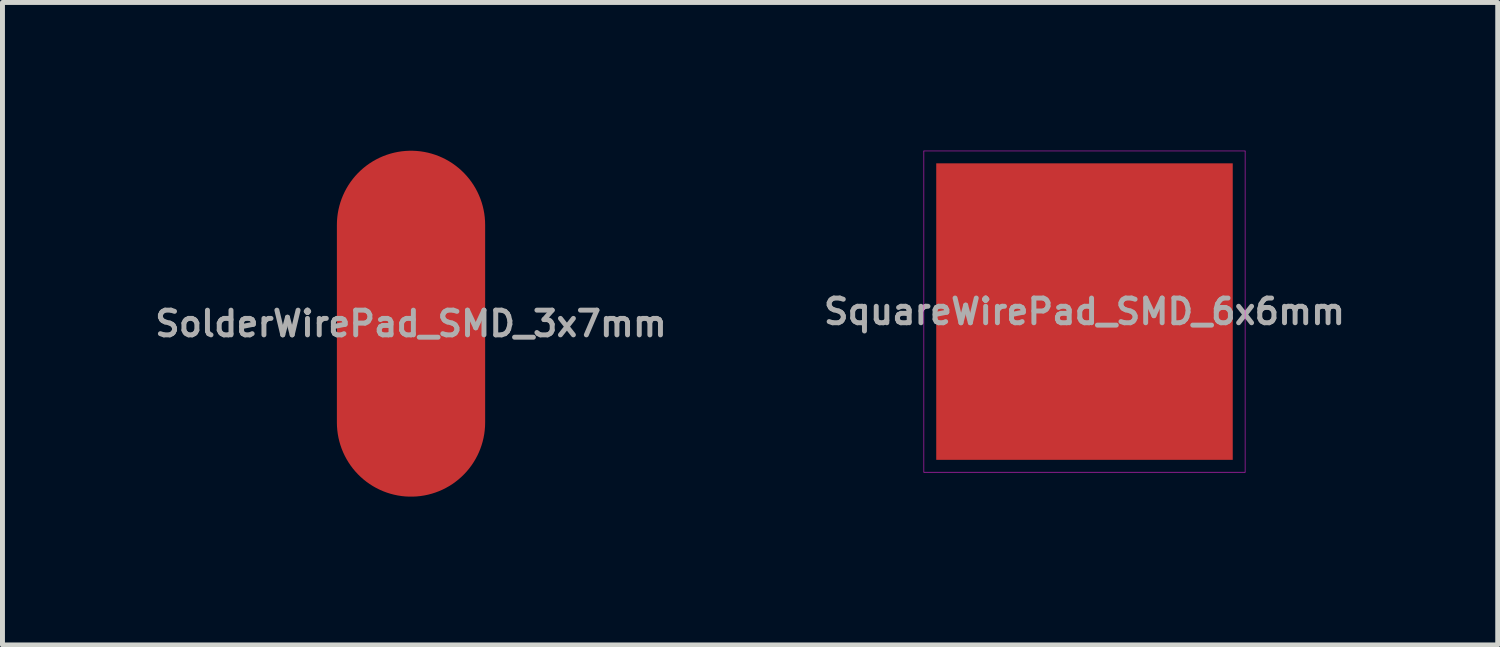
<source format=kicad_pcb>
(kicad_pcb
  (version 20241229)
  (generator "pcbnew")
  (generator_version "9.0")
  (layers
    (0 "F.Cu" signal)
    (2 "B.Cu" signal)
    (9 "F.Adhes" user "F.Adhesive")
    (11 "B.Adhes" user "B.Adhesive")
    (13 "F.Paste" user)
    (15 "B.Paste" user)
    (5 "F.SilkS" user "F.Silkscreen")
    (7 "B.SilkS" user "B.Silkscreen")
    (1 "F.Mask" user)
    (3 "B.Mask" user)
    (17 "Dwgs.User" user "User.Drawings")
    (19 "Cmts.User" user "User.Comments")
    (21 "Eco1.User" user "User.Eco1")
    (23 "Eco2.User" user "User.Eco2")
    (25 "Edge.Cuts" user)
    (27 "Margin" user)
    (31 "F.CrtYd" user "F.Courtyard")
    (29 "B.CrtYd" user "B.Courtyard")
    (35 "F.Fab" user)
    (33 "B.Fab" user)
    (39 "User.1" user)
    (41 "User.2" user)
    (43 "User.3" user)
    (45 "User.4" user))
  (footprint "SolderWirePad_SMD_3x7mm"
    (layer "F.Cu")
    (at 5.267 3.5)
    (property "Reference" "SolderWirePad_SMD_3x7mm" (at 0 0 0) (layer "F.Fab") (effects (font (size 0.5 0.5) (thickness 0.1))))
    (attr smd)
    (pad "1" smd oval (at 0 0) (size 3 7) (layers "F.Cu" "F.Mask")))
  (footprint "SquareWirePad_SMD_6x6mm"
    (layer "F.Cu")
    (at 18.895 3.255)
    (property "Reference" "SquareWirePad_SMD_6x6mm" (at 0 0 0) (layer "F.Fab") (effects (font (size 0.5 0.5) (thickness 0.1))))
    (attr smd)
    (fp_line (start -3.25 -3.25) (end -3.25 3.25) (stroke (width 0.01) (type solid)) (layer "F.CrtYd"))
    (fp_line (start -3.25 3.25) (end 3.25 3.25) (stroke (width 0.01) (type solid)) (layer "F.CrtYd"))
    (fp_line (start 3.25 -3.25) (end -3.25 -3.25) (stroke (width 0.01) (type solid)) (layer "F.CrtYd"))
    (fp_line (start 3.25 3.25) (end 3.25 -3.25) (stroke (width 0.01) (type solid)) (layer "F.CrtYd"))
    (pad "1" smd rect (at 0 0) (size 6 6) (layers "F.Cu" "F.Mask")))
  (gr_rect
    (start -3 -3)
    (end 27.257 10)
    (stroke (width 0.1) (type default))
    (fill no)
    (layer "Edge.Cuts")))
</source>
